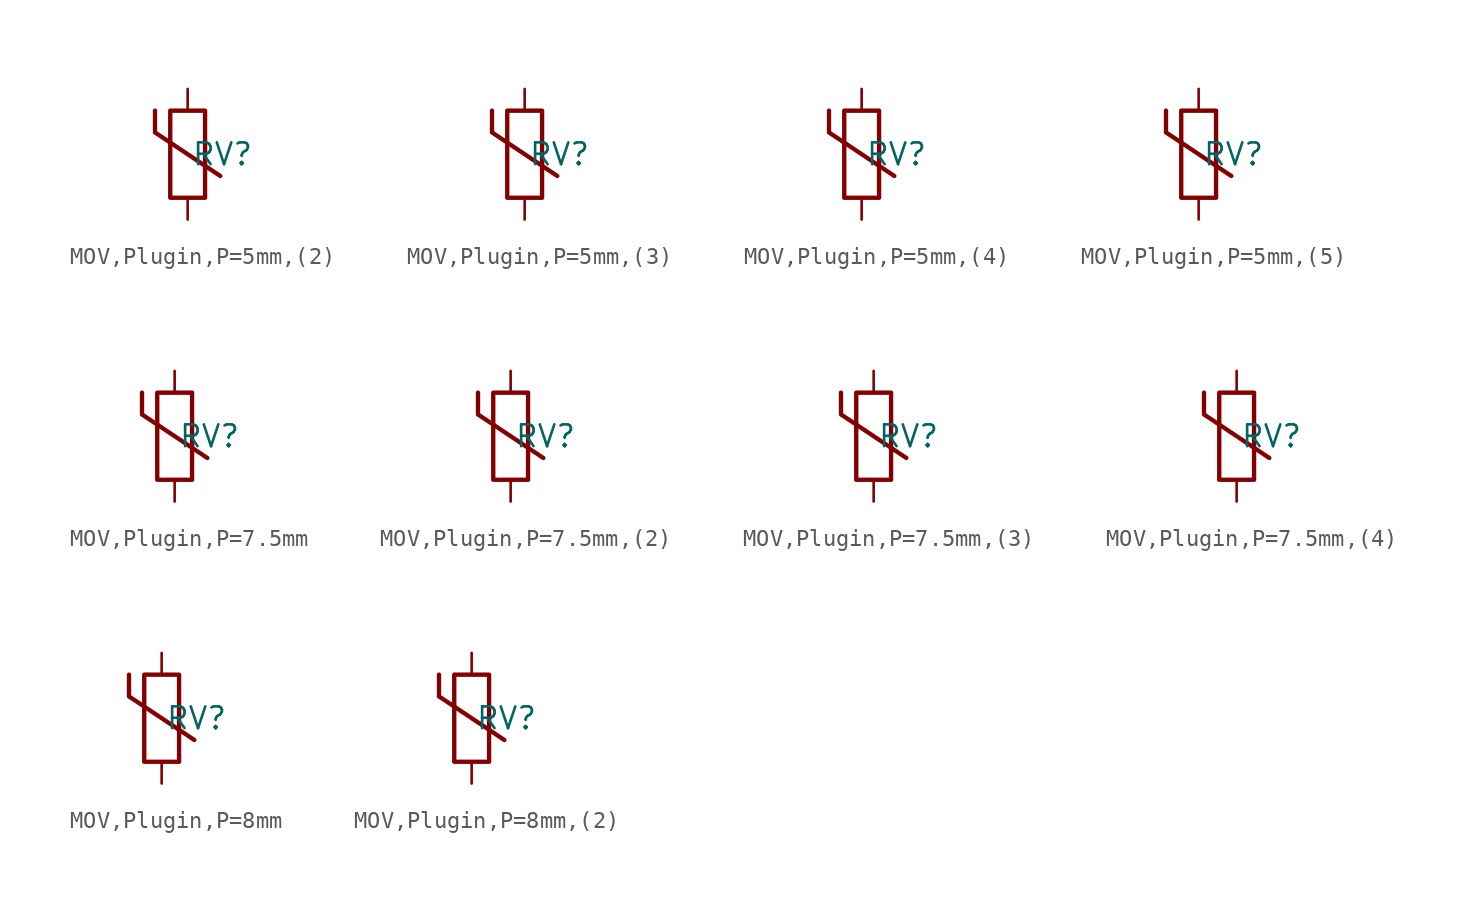
<source format=kicad_sym>
(kicad_symbol_lib
  (version 20231120)
  (generator "CDFER")
  (generator_version "8.0")
  (symbol "MOV,Plugin,P=5mm,(2)"
    (pin_numbers hide)
    (pin_names
      (offset 0))
    (property "Reference" "RV"
      (at 2.032 0 0)
      (effects (font (size 1.27 1.27)) (hide no)))
    (property "Value" ""
      (at 3.556 -1.524 0)
      (effects (font (size 0.8 0.8)) (hide no)))
    (symbol "MOV,Plugin,P=5mm,(2)_0_1"
      (rectangle (start -1.016 2.54) (end 1.016 -2.54) (stroke (width 0.254) (type default)) (fill (type none))))
    (symbol "MOV,Plugin,P=5mm,(2)_0_1"
      (polyline (pts (xy -1.905 2.54) (xy -1.905 1.27) (xy 1.905 -1.27)) (stroke (width 0.254) (type default)) (fill (type none))))
    (symbol "MOV,Plugin,P=5mm,(2)_1_1"
      (pin passive line (at 0 3.81 270) (length 1.27) (name "~" (effects (font (size 1.27 1.27)))) (number "1" (effects (font (size 1.27 1.27)))))
      (pin passive line (at 0 -3.81 90) (length 1.27) (name "~" (effects (font (size 1.27 1.27)))) (number "2" (effects (font (size 1.27 1.27)))))))
  (symbol "MOV,Plugin,P=5mm,(3)"
    (pin_numbers hide)
    (pin_names
      (offset 0))
    (property "Reference" "RV"
      (at 2.032 0 0)
      (effects (font (size 1.27 1.27)) (hide no)))
    (property "Value" ""
      (at 3.556 -1.524 0)
      (effects (font (size 0.8 0.8)) (hide no)))
    (symbol "MOV,Plugin,P=5mm,(3)_0_1"
      (rectangle (start -1.016 2.54) (end 1.016 -2.54) (stroke (width 0.254) (type default)) (fill (type none))))
    (symbol "MOV,Plugin,P=5mm,(3)_0_1"
      (polyline (pts (xy -1.905 2.54) (xy -1.905 1.27) (xy 1.905 -1.27)) (stroke (width 0.254) (type default)) (fill (type none))))
    (symbol "MOV,Plugin,P=5mm,(3)_1_1"
      (pin passive line (at 0 3.81 270) (length 1.27) (name "~" (effects (font (size 1.27 1.27)))) (number "1" (effects (font (size 1.27 1.27)))))
      (pin passive line (at 0 -3.81 90) (length 1.27) (name "~" (effects (font (size 1.27 1.27)))) (number "2" (effects (font (size 1.27 1.27)))))))
  (symbol "MOV,Plugin,P=5mm,(4)"
    (pin_numbers hide)
    (pin_names
      (offset 0))
    (property "Reference" "RV"
      (at 2.032 0 0)
      (effects (font (size 1.27 1.27)) (hide no)))
    (property "Value" ""
      (at 3.556 -1.524 0)
      (effects (font (size 0.8 0.8)) (hide no)))
    (symbol "MOV,Plugin,P=5mm,(4)_0_1"
      (rectangle (start -1.016 2.54) (end 1.016 -2.54) (stroke (width 0.254) (type default)) (fill (type none))))
    (symbol "MOV,Plugin,P=5mm,(4)_0_1"
      (polyline (pts (xy -1.905 2.54) (xy -1.905 1.27) (xy 1.905 -1.27)) (stroke (width 0.254) (type default)) (fill (type none))))
    (symbol "MOV,Plugin,P=5mm,(4)_1_1"
      (pin passive line (at 0 3.81 270) (length 1.27) (name "~" (effects (font (size 1.27 1.27)))) (number "1" (effects (font (size 1.27 1.27)))))
      (pin passive line (at 0 -3.81 90) (length 1.27) (name "~" (effects (font (size 1.27 1.27)))) (number "2" (effects (font (size 1.27 1.27)))))))
  (symbol "MOV,Plugin,P=5mm,(5)"
    (pin_numbers hide)
    (pin_names
      (offset 0))
    (property "Reference" "RV"
      (at 2.032 0 0)
      (effects (font (size 1.27 1.27)) (hide no)))
    (property "Value" ""
      (at 3.556 -1.524 0)
      (effects (font (size 0.8 0.8)) (hide no)))
    (symbol "MOV,Plugin,P=5mm,(5)_0_1"
      (rectangle (start -1.016 2.54) (end 1.016 -2.54) (stroke (width 0.254) (type default)) (fill (type none))))
    (symbol "MOV,Plugin,P=5mm,(5)_0_1"
      (polyline (pts (xy -1.905 2.54) (xy -1.905 1.27) (xy 1.905 -1.27)) (stroke (width 0.254) (type default)) (fill (type none))))
    (symbol "MOV,Plugin,P=5mm,(5)_1_1"
      (pin passive line (at 0 3.81 270) (length 1.27) (name "~" (effects (font (size 1.27 1.27)))) (number "1" (effects (font (size 1.27 1.27)))))
      (pin passive line (at 0 -3.81 90) (length 1.27) (name "~" (effects (font (size 1.27 1.27)))) (number "2" (effects (font (size 1.27 1.27)))))))
  (symbol "MOV,Plugin,P=7.5mm"
    (pin_numbers hide)
    (pin_names
      (offset 0))
    (property "Reference" "RV"
      (at 2.032 0 0)
      (effects (font (size 1.27 1.27)) (hide no)))
    (property "Value" ""
      (at 3.556 -1.524 0)
      (effects (font (size 0.8 0.8)) (hide no)))
    (symbol "MOV,Plugin,P=7.5mm_0_1"
      (rectangle (start -1.016 2.54) (end 1.016 -2.54) (stroke (width 0.254) (type default)) (fill (type none))))
    (symbol "MOV,Plugin,P=7.5mm_0_1"
      (polyline (pts (xy -1.905 2.54) (xy -1.905 1.27) (xy 1.905 -1.27)) (stroke (width 0.254) (type default)) (fill (type none))))
    (symbol "MOV,Plugin,P=7.5mm_1_1"
      (pin passive line (at 0 3.81 270) (length 1.27) (name "~" (effects (font (size 1.27 1.27)))) (number "1" (effects (font (size 1.27 1.27)))))
      (pin passive line (at 0 -3.81 90) (length 1.27) (name "~" (effects (font (size 1.27 1.27)))) (number "2" (effects (font (size 1.27 1.27)))))))
  (symbol "MOV,Plugin,P=7.5mm,(2)"
    (pin_numbers hide)
    (pin_names
      (offset 0))
    (property "Reference" "RV"
      (at 2.032 0 0)
      (effects (font (size 1.27 1.27)) (hide no)))
    (property "Value" ""
      (at 3.556 -1.524 0)
      (effects (font (size 0.8 0.8)) (hide no)))
    (symbol "MOV,Plugin,P=7.5mm,(2)_0_1"
      (rectangle (start -1.016 2.54) (end 1.016 -2.54) (stroke (width 0.254) (type default)) (fill (type none))))
    (symbol "MOV,Plugin,P=7.5mm,(2)_0_1"
      (polyline (pts (xy -1.905 2.54) (xy -1.905 1.27) (xy 1.905 -1.27)) (stroke (width 0.254) (type default)) (fill (type none))))
    (symbol "MOV,Plugin,P=7.5mm,(2)_1_1"
      (pin passive line (at 0 3.81 270) (length 1.27) (name "~" (effects (font (size 1.27 1.27)))) (number "1" (effects (font (size 1.27 1.27)))))
      (pin passive line (at 0 -3.81 90) (length 1.27) (name "~" (effects (font (size 1.27 1.27)))) (number "2" (effects (font (size 1.27 1.27)))))))
  (symbol "MOV,Plugin,P=7.5mm,(3)"
    (pin_numbers hide)
    (pin_names
      (offset 0))
    (property "Reference" "RV"
      (at 2.032 0 0)
      (effects (font (size 1.27 1.27)) (hide no)))
    (property "Value" ""
      (at 3.556 -1.524 0)
      (effects (font (size 0.8 0.8)) (hide no)))
    (symbol "MOV,Plugin,P=7.5mm,(3)_0_1"
      (rectangle (start -1.016 2.54) (end 1.016 -2.54) (stroke (width 0.254) (type default)) (fill (type none))))
    (symbol "MOV,Plugin,P=7.5mm,(3)_0_1"
      (polyline (pts (xy -1.905 2.54) (xy -1.905 1.27) (xy 1.905 -1.27)) (stroke (width 0.254) (type default)) (fill (type none))))
    (symbol "MOV,Plugin,P=7.5mm,(3)_1_1"
      (pin passive line (at 0 3.81 270) (length 1.27) (name "~" (effects (font (size 1.27 1.27)))) (number "1" (effects (font (size 1.27 1.27)))))
      (pin passive line (at 0 -3.81 90) (length 1.27) (name "~" (effects (font (size 1.27 1.27)))) (number "2" (effects (font (size 1.27 1.27)))))))
  (symbol "MOV,Plugin,P=7.5mm,(4)"
    (pin_numbers hide)
    (pin_names
      (offset 0))
    (property "Reference" "RV"
      (at 2.032 0 0)
      (effects (font (size 1.27 1.27)) (hide no)))
    (property "Value" ""
      (at 3.556 -1.524 0)
      (effects (font (size 0.8 0.8)) (hide no)))
    (symbol "MOV,Plugin,P=7.5mm,(4)_0_1"
      (rectangle (start -1.016 2.54) (end 1.016 -2.54) (stroke (width 0.254) (type default)) (fill (type none))))
    (symbol "MOV,Plugin,P=7.5mm,(4)_0_1"
      (polyline (pts (xy -1.905 2.54) (xy -1.905 1.27) (xy 1.905 -1.27)) (stroke (width 0.254) (type default)) (fill (type none))))
    (symbol "MOV,Plugin,P=7.5mm,(4)_1_1"
      (pin passive line (at 0 3.81 270) (length 1.27) (name "~" (effects (font (size 1.27 1.27)))) (number "1" (effects (font (size 1.27 1.27)))))
      (pin passive line (at 0 -3.81 90) (length 1.27) (name "~" (effects (font (size 1.27 1.27)))) (number "2" (effects (font (size 1.27 1.27)))))))
  (symbol "MOV,Plugin,P=8mm"
    (pin_numbers hide)
    (pin_names
      (offset 0))
    (property "Reference" "RV"
      (at 2.032 0 0)
      (effects (font (size 1.27 1.27)) (hide no)))
    (property "Value" ""
      (at 3.556 -1.524 0)
      (effects (font (size 0.8 0.8)) (hide no)))
    (symbol "MOV,Plugin,P=8mm_0_1"
      (rectangle (start -1.016 2.54) (end 1.016 -2.54) (stroke (width 0.254) (type default)) (fill (type none))))
    (symbol "MOV,Plugin,P=8mm_0_1"
      (polyline (pts (xy -1.905 2.54) (xy -1.905 1.27) (xy 1.905 -1.27)) (stroke (width 0.254) (type default)) (fill (type none))))
    (symbol "MOV,Plugin,P=8mm_1_1"
      (pin passive line (at 0 3.81 270) (length 1.27) (name "~" (effects (font (size 1.27 1.27)))) (number "1" (effects (font (size 1.27 1.27)))))
      (pin passive line (at 0 -3.81 90) (length 1.27) (name "~" (effects (font (size 1.27 1.27)))) (number "2" (effects (font (size 1.27 1.27)))))))
  (symbol "MOV,Plugin,P=8mm,(2)"
    (pin_numbers hide)
    (pin_names
      (offset 0))
    (property "Reference" "RV"
      (at 2.032 0 0)
      (effects (font (size 1.27 1.27)) (hide no)))
    (property "Value" ""
      (at 3.556 -1.524 0)
      (effects (font (size 0.8 0.8)) (hide no)))
    (symbol "MOV,Plugin,P=8mm,(2)_0_1"
      (rectangle (start -1.016 2.54) (end 1.016 -2.54) (stroke (width 0.254) (type default)) (fill (type none))))
    (symbol "MOV,Plugin,P=8mm,(2)_0_1"
      (polyline (pts (xy -1.905 2.54) (xy -1.905 1.27) (xy 1.905 -1.27)) (stroke (width 0.254) (type default)) (fill (type none))))
    (symbol "MOV,Plugin,P=8mm,(2)_1_1"
      (pin passive line (at 0 3.81 270) (length 1.27) (name "~" (effects (font (size 1.27 1.27)))) (number "1" (effects (font (size 1.27 1.27)))))
      (pin passive line (at 0 -3.81 90) (length 1.27) (name "~" (effects (font (size 1.27 1.27)))) (number "2" (effects (font (size 1.27 1.27))))))))
</source>
